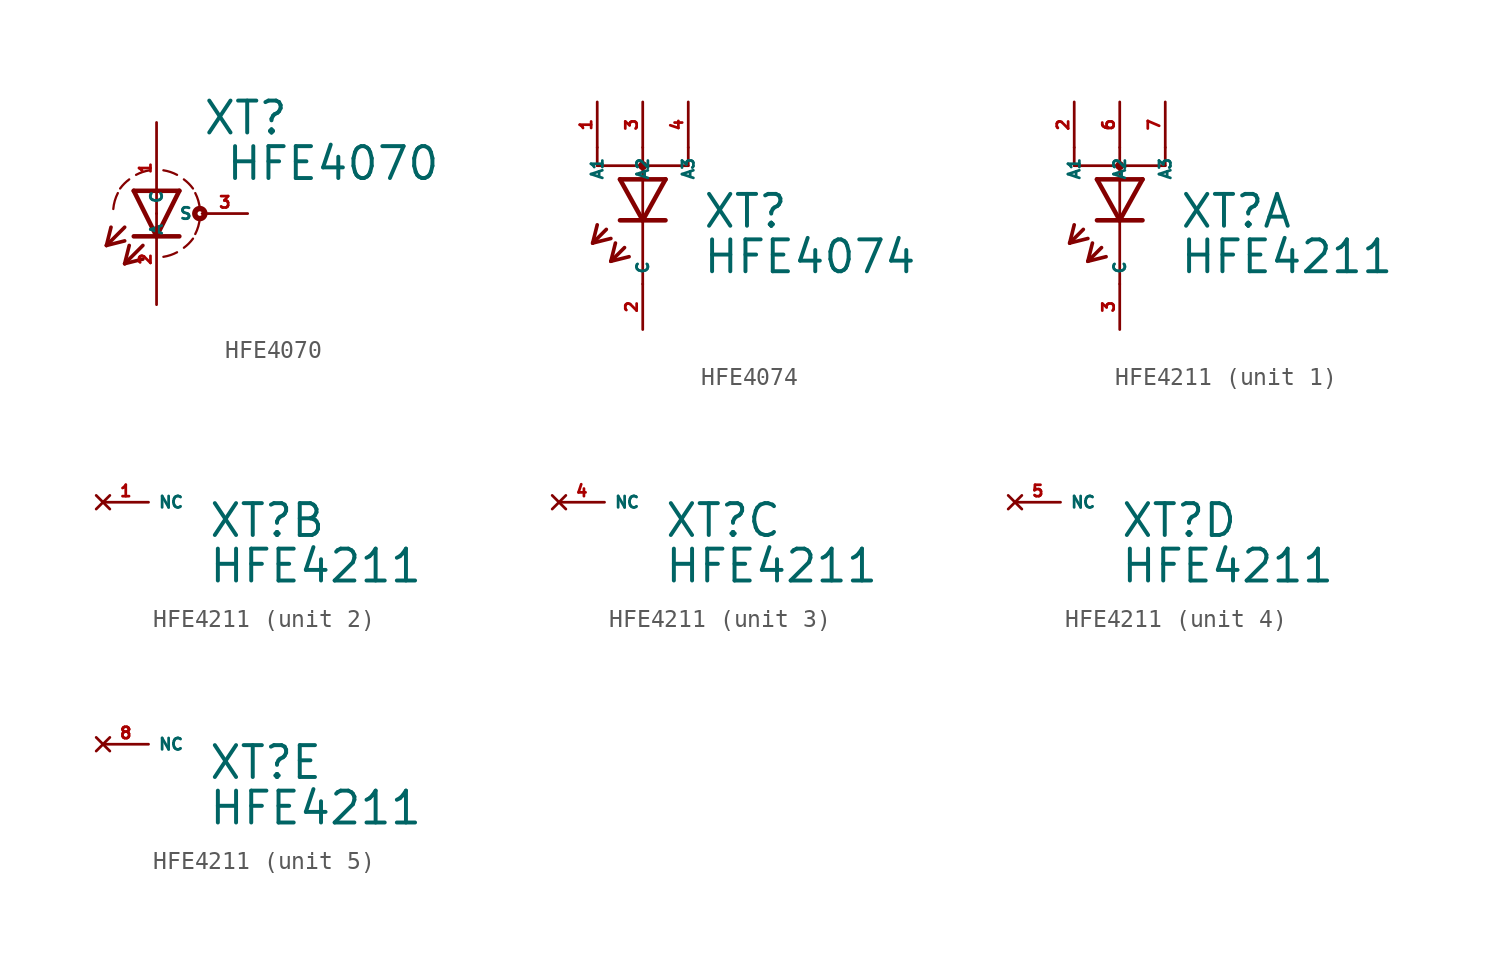
<source format=kicad_sym>
(kicad_symbol_lib
  (version 20220914)
  (generator Eagle2Kicad)
  (symbol "HFE4070"
    (property "Reference" "XT"
      (at 2.54 4.293 0)
      (effects (font (size 1.778 1.778) (thickness 0.22)) (justify left bottom)))
    (property "Value" "HFE4070"
      (at 3.81 1.753 0)
      (effects (font (size 1.778 1.778) (thickness 0.22)) (justify left bottom)))
    (polyline
      (pts (xy -1.27 1.27) (xy 0 -1.27))
      (stroke (width 0.254) (type default))
      (fill (type none)))
    (polyline
      (pts (xy 0 -1.27) (xy 1.27 1.27))
      (stroke (width 0.254) (type default))
      (fill (type none)))
    (polyline
      (pts (xy 1.27 -1.27) (xy 0 -1.27))
      (stroke (width 0.254) (type default))
      (fill (type none)))
    (polyline
      (pts (xy 1.27 1.27) (xy -1.27 1.27))
      (stroke (width 0.254) (type default))
      (fill (type none)))
    (polyline
      (pts (xy 0 -1.27) (xy -1.27 -1.27))
      (stroke (width 0.254) (type default))
      (fill (type none)))
    (polyline
      (pts (xy -1.778 -0.762) (xy -2.794 -1.778))
      (stroke (width 0.203) (type default))
      (fill (type none)))
    (polyline
      (pts (xy -2.794 -1.778) (xy -1.778 -1.524))
      (stroke (width 0.203) (type default))
      (fill (type none)))
    (polyline
      (pts (xy -2.794 -1.778) (xy -2.54 -0.762))
      (stroke (width 0.203) (type default))
      (fill (type none)))
    (polyline
      (pts (xy -0.762 -1.778) (xy -1.778 -2.794))
      (stroke (width 0.203) (type default))
      (fill (type none)))
    (polyline
      (pts (xy -1.778 -2.794) (xy -0.762 -2.54))
      (stroke (width 0.203) (type default))
      (fill (type none)))
    (polyline
      (pts (xy -1.778 -2.794) (xy -1.524 -1.778))
      (stroke (width 0.203) (type default))
      (fill (type none)))
    (arc
      (start 0.381 -2.413)
      (mid 0.773 -2.318)
      (end 1.143 -2.159)
      (stroke (width 0.127) (type default))
      (fill (type none)))
    (arc
      (start 2.159 -1.143)
      (mid 2.329 -0.711)
      (end 2.413 -0.254)
      (stroke (width 0.127) (type default))
      (fill (type none)))
    (arc
      (start 2.413 0.254)
      (mid 2.329 0.711)
      (end 2.159 1.143)
      (stroke (width 0.127) (type default))
      (fill (type none)))
    (arc
      (start 2.032 1.397)
      (mid 1.797 1.670)
      (end 1.524 1.905)
      (stroke (width 0.127) (type default))
      (fill (type none)))
    (arc
      (start 1.143 2.159)
      (mid 0.773 2.318)
      (end 0.381 2.413)
      (stroke (width 0.127) (type default))
      (fill (type none)))
    (arc
      (start 1.524 -1.905)
      (mid 1.797 -1.670)
      (end 2.032 -1.397)
      (stroke (width 0.127) (type default))
      (fill (type none)))
    (arc
      (start -0.381 2.413)
      (mid -0.773 2.318)
      (end -1.143 2.159)
      (stroke (width 0.127) (type default))
      (fill (type none)))
    (arc
      (start -1.524 1.905)
      (mid -1.797 1.670)
      (end -2.032 1.397)
      (stroke (width 0.127) (type default))
      (fill (type none)))
    (arc
      (start -2.159 1.143)
      (mid -2.329 0.711)
      (end -2.413 0.254)
      (stroke (width 0.127) (type default))
      (fill (type none)))
    (circle
      (center 2.413 0)
      (radius 0.127)
      (stroke (width 0.305) (type default))
      (fill (type none)))
    (pin passive line
      (at 0 5.08 270)
      (length 5.08)
      (name "A" (effects (font (size 0.635 0.635) (thickness 0.08)) (justify left bottom)))
      (number "1" (effects (font (size 0.635 0.635) (thickness 0.08)) (justify left bottom))))
    (pin passive line
      (at 0 -5.08 90)
      (length 5.08)
      (name "C" (effects (font (size 0.635 0.635) (thickness 0.08)) (justify left bottom)))
      (number "2" (effects (font (size 0.635 0.635) (thickness 0.08)) (justify left bottom))))
    (pin passive line
      (at 5.08 0 180)
      (length 2.54)
      (name "S" (effects (font (size 0.635 0.635) (thickness 0.08)) (justify left bottom)))
      (number "3" (effects (font (size 0.635 0.635) (thickness 0.08)) (justify left bottom)))))
  (symbol "HFE4074"
    (property "Reference" "XT"
      (at 3.302 -2.057 0)
      (effects (font (size 1.778 1.778) (thickness 0.22)) (justify left bottom)))
    (property "Value" "HFE4074"
      (at 3.302 -4.597 0)
      (effects (font (size 1.778 1.778) (thickness 0.22)) (justify left bottom)))
    (polyline
      (pts (xy -1.27 0.762) (xy 0 -1.524))
      (stroke (width 0.254) (type default))
      (fill (type none)))
    (polyline
      (pts (xy 0 -1.524) (xy 1.27 0.762))
      (stroke (width 0.254) (type default))
      (fill (type none)))
    (polyline
      (pts (xy 1.27 -1.524) (xy 0 -1.524))
      (stroke (width 0.254) (type default))
      (fill (type none)))
    (polyline
      (pts (xy 1.27 0.762) (xy -1.27 0.762))
      (stroke (width 0.254) (type default))
      (fill (type none)))
    (polyline
      (pts (xy 0 -1.524) (xy -1.27 -1.524))
      (stroke (width 0.254) (type default))
      (fill (type none)))
    (polyline
      (pts (xy -2.032 -2.032) (xy -2.794 -2.794))
      (stroke (width 0.203) (type default))
      (fill (type none)))
    (polyline
      (pts (xy -2.794 -2.794) (xy -1.778 -2.54))
      (stroke (width 0.203) (type default))
      (fill (type none)))
    (polyline
      (pts (xy -2.794 -2.794) (xy -2.54 -1.778))
      (stroke (width 0.203) (type default))
      (fill (type none)))
    (polyline
      (pts (xy -1.016 -3.048) (xy -1.778 -3.81))
      (stroke (width 0.203) (type default))
      (fill (type none)))
    (polyline
      (pts (xy -1.778 -3.81) (xy -0.762 -3.556))
      (stroke (width 0.203) (type default))
      (fill (type none)))
    (polyline
      (pts (xy -1.778 -3.81) (xy -1.524 -2.794))
      (stroke (width 0.203) (type default))
      (fill (type none)))
    (polyline
      (pts (xy 2.54 1.524) (xy 0 1.524))
      (stroke (width 0.152) (type default))
      (fill (type none)))
    (polyline
      (pts (xy 0 1.524) (xy -2.54 1.524))
      (stroke (width 0.152) (type default))
      (fill (type none)))
    (polyline
      (pts (xy 0 -5.08) (xy 0 1.524))
      (stroke (width 0.152) (type default))
      (fill (type none)))
    (polyline
      (pts (xy 0 1.524) (xy 0 1.778))
      (stroke (width 0.152) (type default))
      (fill (type none)))
    (polyline
      (pts (xy 2.54 1.524) (xy 2.54 2.54))
      (stroke (width 0.152) (type default))
      (fill (type none)))
    (polyline
      (pts (xy 0 1.524) (xy 0 2.54))
      (stroke (width 0.152) (type default))
      (fill (type none)))
    (polyline
      (pts (xy -2.54 1.524) (xy -2.54 2.54))
      (stroke (width 0.152) (type default))
      (fill (type none)))
    (circle
      (center 0 1.524)
      (radius 0.127)
      (stroke (width 0.254) (type default))
      (fill (type none)))
    (pin passive line
      (at 0 -7.62 90)
      (length 2.54)
      (name "C" (effects (font (size 0.635 0.635) (thickness 0.08)) (justify left bottom)))
      (number "2" (effects (font (size 0.635 0.635) (thickness 0.08)) (justify left bottom))))
    (pin passive line
      (at 0 5.08 270)
      (length 2.54)
      (name "A2" (effects (font (size 0.635 0.635) (thickness 0.08)) (justify left bottom)))
      (number "3" (effects (font (size 0.635 0.635) (thickness 0.08)) (justify left bottom))))
    (pin passive line
      (at 2.54 5.08 270)
      (length 2.54)
      (name "A3" (effects (font (size 0.635 0.635) (thickness 0.08)) (justify left bottom)))
      (number "4" (effects (font (size 0.635 0.635) (thickness 0.08)) (justify left bottom))))
    (pin passive line
      (at -2.54 5.08 270)
      (length 2.54)
      (name "A1" (effects (font (size 0.635 0.635) (thickness 0.08)) (justify left bottom)))
      (number "1" (effects (font (size 0.635 0.635) (thickness 0.08)) (justify left bottom)))))
  (symbol "HFE4211"
    (property "Reference" "XT"
      (at 3.302 -2.057 0)
      (effects (font (size 1.778 1.778) (thickness 0.22)) (justify left bottom)))
    (property "Value" "HFE4211"
      (at 3.302 -4.597 0)
      (effects (font (size 1.778 1.778) (thickness 0.22)) (justify left bottom)))
    (symbol "HFE4211_1_0"
      (polyline (pts (xy -1.27 0.762) (xy 0 -1.524)) (stroke (width 0.254) (type default)) (fill (type none)))
      (polyline (pts (xy 0 -1.524) (xy 1.27 0.762)) (stroke (width 0.254) (type default)) (fill (type none)))
      (polyline (pts (xy 1.27 -1.524) (xy 0 -1.524)) (stroke (width 0.254) (type default)) (fill (type none)))
      (polyline (pts (xy 1.27 0.762) (xy -1.27 0.762)) (stroke (width 0.254) (type default)) (fill (type none)))
      (polyline (pts (xy 0 -1.524) (xy -1.27 -1.524)) (stroke (width 0.254) (type default)) (fill (type none)))
      (polyline (pts (xy -2.032 -2.032) (xy -2.794 -2.794)) (stroke (width 0.203) (type default)) (fill (type none)))
      (polyline (pts (xy -2.794 -2.794) (xy -1.778 -2.54)) (stroke (width 0.203) (type default)) (fill (type none)))
      (polyline (pts (xy -2.794 -2.794) (xy -2.54 -1.778)) (stroke (width 0.203) (type default)) (fill (type none)))
      (polyline (pts (xy -1.016 -3.048) (xy -1.778 -3.81)) (stroke (width 0.203) (type default)) (fill (type none)))
      (polyline (pts (xy -1.778 -3.81) (xy -0.762 -3.556)) (stroke (width 0.203) (type default)) (fill (type none)))
      (polyline (pts (xy -1.778 -3.81) (xy -1.524 -2.794)) (stroke (width 0.203) (type default)) (fill (type none)))
      (polyline (pts (xy 2.54 1.524) (xy 0 1.524)) (stroke (width 0.152) (type default)) (fill (type none)))
      (polyline (pts (xy 0 1.524) (xy -2.54 1.524)) (stroke (width 0.152) (type default)) (fill (type none)))
      (polyline (pts (xy 0 -5.08) (xy 0 1.524)) (stroke (width 0.152) (type default)) (fill (type none)))
      (polyline (pts (xy 0 1.524) (xy 0 1.778)) (stroke (width 0.152) (type default)) (fill (type none)))
      (polyline (pts (xy 2.54 1.524) (xy 2.54 2.54)) (stroke (width 0.152) (type default)) (fill (type none)))
      (polyline (pts (xy 0 1.524) (xy 0 2.54)) (stroke (width 0.152) (type default)) (fill (type none)))
      (polyline (pts (xy -2.54 1.524) (xy -2.54 2.54)) (stroke (width 0.152) (type default)) (fill (type none)))
      (circle (center 0 1.524) (radius 0.127) (stroke (width 0.254) (type default)) (fill (type none)))
      (pin passive line (at 0 -7.62 90) (length 2.54) (name "C" (effects (font (size 0.635 0.635) (thickness 0.08)) (justify left bottom))) (number "3" (effects (font (size 0.635 0.635) (thickness 0.08)) (justify left bottom))))
      (pin passive line (at 0 5.08 270) (length 2.54) (name "A2" (effects (font (size 0.635 0.635) (thickness 0.08)) (justify left bottom))) (number "6" (effects (font (size 0.635 0.635) (thickness 0.08)) (justify left bottom))))
      (pin passive line (at 2.54 5.08 270) (length 2.54) (name "A3" (effects (font (size 0.635 0.635) (thickness 0.08)) (justify left bottom))) (number "7" (effects (font (size 0.635 0.635) (thickness 0.08)) (justify left bottom))))
      (pin passive line (at -2.54 5.08 270) (length 2.54) (name "A1" (effects (font (size 0.635 0.635) (thickness 0.08)) (justify left bottom))) (number "2" (effects (font (size 0.635 0.635) (thickness 0.08)) (justify left bottom)))))
    (symbol "HFE4211_2_0"
      (pin no_connect line (at -2.54 0 0) (length 2.54) (name "NC" (effects (font (size 0.635 0.635) (thickness 0.08)) (justify left bottom) hide)) (number "1" (effects (font (size 0.635 0.635) (thickness 0.08)) (justify left bottom) hide))))
    (symbol "HFE4211_3_0"
      (pin no_connect line (at -2.54 0 0) (length 2.54) (name "NC" (effects (font (size 0.635 0.635) (thickness 0.08)) (justify left bottom) hide)) (number "4" (effects (font (size 0.635 0.635) (thickness 0.08)) (justify left bottom) hide))))
    (symbol "HFE4211_4_0"
      (pin no_connect line (at -2.54 0 0) (length 2.54) (name "NC" (effects (font (size 0.635 0.635) (thickness 0.08)) (justify left bottom) hide)) (number "5" (effects (font (size 0.635 0.635) (thickness 0.08)) (justify left bottom) hide))))
    (symbol "HFE4211_5_0"
      (pin no_connect line (at -2.54 0 0) (length 2.54) (name "NC" (effects (font (size 0.635 0.635) (thickness 0.08)) (justify left bottom) hide)) (number "8" (effects (font (size 0.635 0.635) (thickness 0.08)) (justify left bottom) hide))))))
</source>
